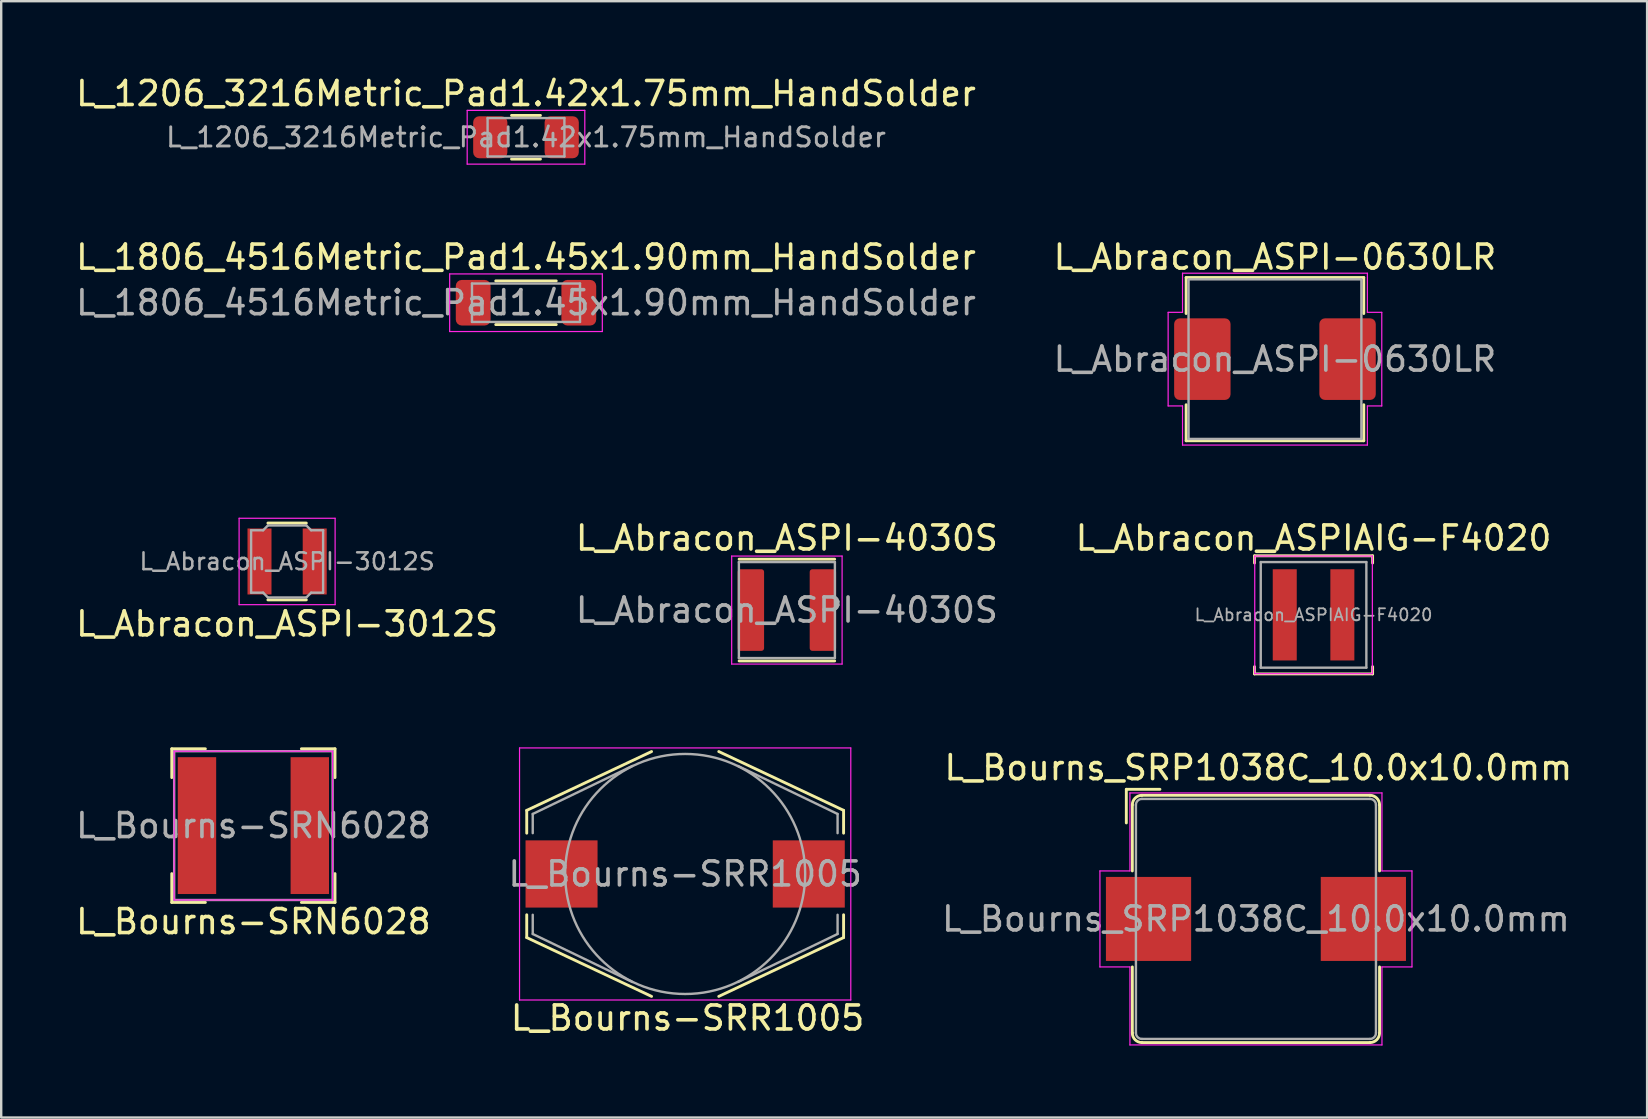
<source format=kicad_pcb>
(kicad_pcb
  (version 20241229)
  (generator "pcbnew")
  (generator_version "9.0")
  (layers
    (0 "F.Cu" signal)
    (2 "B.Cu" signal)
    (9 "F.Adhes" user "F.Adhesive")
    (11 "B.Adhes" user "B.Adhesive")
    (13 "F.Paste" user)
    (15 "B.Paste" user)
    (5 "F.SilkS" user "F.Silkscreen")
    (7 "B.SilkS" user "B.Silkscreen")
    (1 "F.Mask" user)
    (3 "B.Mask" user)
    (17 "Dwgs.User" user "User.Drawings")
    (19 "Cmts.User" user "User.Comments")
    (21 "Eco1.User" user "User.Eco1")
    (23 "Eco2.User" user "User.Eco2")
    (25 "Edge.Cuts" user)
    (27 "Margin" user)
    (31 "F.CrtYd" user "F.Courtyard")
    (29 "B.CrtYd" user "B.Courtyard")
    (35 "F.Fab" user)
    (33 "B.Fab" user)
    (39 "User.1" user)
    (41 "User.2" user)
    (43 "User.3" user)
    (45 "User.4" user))
  (footprint "L_Bourns-SRR1005"
    (layer "F.Cu")
    (at 25.494 33.36)
    (property "Reference" "L_Bourns-SRR1005" (at 0.1 6 0) (layer "F.SilkS") (effects (font (size 1 1) (thickness 0.15))))
    (attr smd)
    (fp_line (start -6.6 -2.65) (end -6.6 -1.7) (stroke (width 0.12) (type solid)) (layer "F.SilkS"))
    (fp_line (start -6.6 -2.65) (end -1.4 -5.1) (stroke (width 0.12) (type solid)) (layer "F.SilkS"))
    (fp_line (start -6.6 2.65) (end -6.6 1.7) (stroke (width 0.12) (type solid)) (layer "F.SilkS"))
    (fp_line (start -6.6 2.65) (end -1.4 5.1) (stroke (width 0.12) (type solid)) (layer "F.SilkS"))
    (fp_line (start 6.6 -2.65) (end 1.4 -5.1) (stroke (width 0.12) (type solid)) (layer "F.SilkS"))
    (fp_line (start 6.6 -2.65) (end 6.6 -1.7) (stroke (width 0.12) (type solid)) (layer "F.SilkS"))
    (fp_line (start 6.6 2.65) (end 1.4 5.1) (stroke (width 0.12) (type solid)) (layer "F.SilkS"))
    (fp_line (start 6.6 2.65) (end 6.6 1.7) (stroke (width 0.12) (type solid)) (layer "F.SilkS"))
    (fp_line (start -6.9 -5.25) (end -6.9 5.25) (stroke (width 0.05) (type solid)) (layer "F.CrtYd"))
    (fp_line (start -6.9 -5.25) (end 6.9 -5.25) (stroke (width 0.05) (type solid)) (layer "F.CrtYd"))
    (fp_line (start -6.9 5.25) (end 6.9 5.25) (stroke (width 0.05) (type solid)) (layer "F.CrtYd"))
    (fp_line (start 6.9 -5.25) (end 6.9 5.25) (stroke (width 0.05) (type solid)) (layer "F.CrtYd"))
    (fp_line (start -6.35 -2.5) (end -2.2 -4.5) (stroke (width 0.1) (type solid)) (layer "F.Fab"))
    (fp_line (start -6.35 -1.7) (end -6.35 -2.5) (stroke (width 0.1) (type solid)) (layer "F.Fab"))
    (fp_line (start -6.35 2.5) (end -6.35 1.7) (stroke (width 0.1) (type solid)) (layer "F.Fab"))
    (fp_line (start -6.35 2.5) (end -2.2 4.5) (stroke (width 0.1) (type solid)) (layer "F.Fab"))
    (fp_line (start 6.35 -2.5) (end 2.2 -4.5) (stroke (width 0.1) (type solid)) (layer "F.Fab"))
    (fp_line (start 6.35 -1.7) (end 6.35 -2.5) (stroke (width 0.1) (type solid)) (layer "F.Fab"))
    (fp_line (start 6.35 2.5) (end 2.2 4.5) (stroke (width 0.1) (type solid)) (layer "F.Fab"))
    (fp_line (start 6.35 2.5) (end 6.35 1.7) (stroke (width 0.1) (type solid)) (layer "F.Fab"))
    (fp_circle (center 0 0) (end 0 -5) (stroke (width 0.1) (type solid)) (fill no) (layer "F.Fab"))
    (fp_text user "${REFERENCE}" (at 0 0 0) (layer "F.Fab") (effects (font (size 1 1) (thickness 0.15))))
    (pad "1" smd rect (at -5.15 0) (size 3 2.8) (layers "F.Cu" "F.Mask" "F.Paste"))
    (pad "2" smd rect (at 5.15 0) (size 3 2.8) (layers "F.Cu" "F.Mask" "F.Paste")))
  (footprint "L_Bourns_SRP1038C_10.0x10.0mm"
    (layer "F.Cu")
    (at 49.273 35.233)
    (property "Reference" "L_Bourns_SRP1038C_10.0x10.0mm" (at 0.1 -6.3 0) (layer "F.SilkS") (effects (font (size 1 1) (thickness 0.15))))
    (attr smd)
    (fp_line (start -5.4 -5.4) (end -5.4 -4) (stroke (width 0.12) (type solid)) (layer "F.SilkS"))
    (fp_line (start -5.4 -5.4) (end -4 -5.4) (stroke (width 0.12) (type solid)) (layer "F.SilkS"))
    (fp_line (start -5.15 -4.75) (end -5.15 -2) (stroke (width 0.12) (type solid)) (layer "F.SilkS"))
    (fp_line (start -5.15 2) (end -5.15 4.75) (stroke (width 0.12) (type solid)) (layer "F.SilkS"))
    (fp_line (start -4.75 -5.15) (end 4.75 -5.15) (stroke (width 0.12) (type solid)) (layer "F.SilkS"))
    (fp_line (start 4.75 5.15) (end -4.75 5.15) (stroke (width 0.12) (type solid)) (layer "F.SilkS"))
    (fp_line (start 5.15 -4.75) (end 5.15 -2) (stroke (width 0.12) (type solid)) (layer "F.SilkS"))
    (fp_line (start 5.15 2) (end 5.15 4.75) (stroke (width 0.12) (type solid)) (layer "F.SilkS"))
    (fp_arc (start -5.15 -4.75) (mid -5.032843 -5.032843) (end -4.75 -5.15) (stroke (width 0.12) (type solid)) (layer "F.SilkS"))
    (fp_arc (start -4.75 5.15) (mid -5.032843 5.032843) (end -5.15 4.75) (stroke (width 0.12) (type solid)) (layer "F.SilkS"))
    (fp_arc (start 4.75 -5.15) (mid 5.032843 -5.032843) (end 5.15 -4.75) (stroke (width 0.12) (type solid)) (layer "F.SilkS"))
    (fp_arc (start 5.15 4.75) (mid 5.032843 5.032843) (end 4.75 5.15) (stroke (width 0.12) (type solid)) (layer "F.SilkS"))
    (fp_line (start -6.5 -2) (end -6.5 2) (stroke (width 0.05) (type solid)) (layer "F.CrtYd"))
    (fp_line (start -6.5 -2) (end -5.25 -2) (stroke (width 0.05) (type solid)) (layer "F.CrtYd"))
    (fp_line (start -5.25 -5.25) (end -5.25 -2) (stroke (width 0.05) (type solid)) (layer "F.CrtYd"))
    (fp_line (start -5.25 -5.25) (end 5.25 -5.25) (stroke (width 0.05) (type solid)) (layer "F.CrtYd"))
    (fp_line (start -5.25 2) (end -6.5 2) (stroke (width 0.05) (type solid)) (layer "F.CrtYd"))
    (fp_line (start -5.25 5.25) (end -5.25 2) (stroke (width 0.05) (type solid)) (layer "F.CrtYd"))
    (fp_line (start 5.25 -5.25) (end 5.25 -2) (stroke (width 0.05) (type solid)) (layer "F.CrtYd"))
    (fp_line (start 5.25 2) (end 5.25 5.25) (stroke (width 0.05) (type solid)) (layer "F.CrtYd"))
    (fp_line (start 5.25 5.25) (end -5.25 5.25) (stroke (width 0.05) (type solid)) (layer "F.CrtYd"))
    (fp_line (start 6.5 -2) (end 5.25 -2) (stroke (width 0.05) (type solid)) (layer "F.CrtYd"))
    (fp_line (start 6.5 -2) (end 6.5 2) (stroke (width 0.05) (type solid)) (layer "F.CrtYd"))
    (fp_line (start 6.5 2) (end 5.25 2) (stroke (width 0.05) (type solid)) (layer "F.CrtYd"))
    (fp_line (start -5 -4.75) (end -5 4.75) (stroke (width 0.1) (type solid)) (layer "F.Fab"))
    (fp_line (start -4.75 -5) (end 4.75 -5) (stroke (width 0.1) (type solid)) (layer "F.Fab"))
    (fp_line (start 4.75 5) (end -4.75 5) (stroke (width 0.1) (type solid)) (layer "F.Fab"))
    (fp_line (start 5 -4.75) (end 5 4.75) (stroke (width 0.1) (type solid)) (layer "F.Fab"))
    (fp_arc (start -5 -4.75) (mid -4.926777 -4.926777) (end -4.75 -5) (stroke (width 0.1) (type solid)) (layer "F.Fab"))
    (fp_arc (start -4.75 5) (mid -4.926777 4.926777) (end -5 4.75) (stroke (width 0.1) (type solid)) (layer "F.Fab"))
    (fp_arc (start 4.75 -5) (mid 4.926777 -4.926777) (end 5 -4.75) (stroke (width 0.1) (type solid)) (layer "F.Fab"))
    (fp_arc (start 5 4.75) (mid 4.926777 4.926777) (end 4.75 5) (stroke (width 0.1) (type solid)) (layer "F.Fab"))
    (fp_text user "${REFERENCE}" (at 0 0 0) (layer "F.Fab") (effects (font (size 1 1) (thickness 0.15))))
    (pad "1" smd rect (at -4.475 0) (size 3.55 3.5) (layers "F.Cu" "F.Mask" "F.Paste"))
    (pad "2" smd rect (at 4.475 0) (size 3.55 3.5) (layers "F.Cu" "F.Mask" "F.Paste")))
  (footprint "L_Bourns-SRN6028"
    (layer "F.Cu")
    (at 7.506 31.345)
    (property "Reference" "L_Bourns-SRN6028" (at 0 4 0) (layer "F.SilkS") (effects (font (size 1 1) (thickness 0.15))))
    (attr smd)
    (fp_line (start -3.4 -3.2) (end -3.4 -2) (stroke (width 0.12) (type solid)) (layer "F.SilkS"))
    (fp_line (start -3.4 -3.2) (end -2 -3.2) (stroke (width 0.12) (type solid)) (layer "F.SilkS"))
    (fp_line (start -3.4 3.2) (end -3.4 2) (stroke (width 0.12) (type solid)) (layer "F.SilkS"))
    (fp_line (start -3.4 3.2) (end -2 3.2) (stroke (width 0.12) (type solid)) (layer "F.SilkS"))
    (fp_line (start 3.4 -3.2) (end 2 -3.2) (stroke (width 0.12) (type solid)) (layer "F.SilkS"))
    (fp_line (start 3.4 -3.2) (end 3.4 -2) (stroke (width 0.12) (type solid)) (layer "F.SilkS"))
    (fp_line (start 3.4 3.2) (end 2 3.2) (stroke (width 0.12) (type solid)) (layer "F.SilkS"))
    (fp_line (start 3.4 3.2) (end 3.4 2) (stroke (width 0.12) (type solid)) (layer "F.SilkS"))
    (fp_line (start -3.3 -3.1) (end -3.3 3.1) (stroke (width 0.05) (type solid)) (layer "F.CrtYd"))
    (fp_line (start -3.3 -3.1) (end 3.3 -3.1) (stroke (width 0.05) (type solid)) (layer "F.CrtYd"))
    (fp_line (start 3.3 -3.1) (end 3.3 3.1) (stroke (width 0.05) (type solid)) (layer "F.CrtYd"))
    (fp_line (start 3.3 3.1) (end -3.3 3.1) (stroke (width 0.05) (type solid)) (layer "F.CrtYd"))
    (fp_line (start -3.3 -3.1) (end -3.3 3.1) (stroke (width 0.1) (type solid)) (layer "F.Fab"))
    (fp_line (start -3.3 -3.1) (end 3.3 -3.1) (stroke (width 0.1) (type solid)) (layer "F.Fab"))
    (fp_line (start 3.3 -3.1) (end 3.3 3.1) (stroke (width 0.1) (type solid)) (layer "F.Fab"))
    (fp_line (start 3.3 3.1) (end -3.3 3.1) (stroke (width 0.1) (type solid)) (layer "F.Fab"))
    (fp_text user "${REFERENCE}" (at 0 0 0) (layer "F.Fab") (effects (font (size 1 1) (thickness 0.15))))
    (pad "1" smd rect (at -2.35 0) (size 1.6 5.7) (layers "F.Cu" "F.Mask" "F.Paste"))
    (pad "2" smd rect (at 2.35 0) (size 1.6 5.7) (layers "F.Cu" "F.Mask" "F.Paste")))
  (footprint "L_Abracon_ASPI-4030S"
    (layer "F.Cu")
    (at 29.732 22.365)
    (property "Reference" "L_Abracon_ASPI-4030S" (at 0 -3 0) (layer "F.SilkS") (effects (font (size 1 1) (thickness 0.15))))
    (attr smd)
    (fp_line (start -1.99 -2.12) (end 1.99 -2.12) (stroke (width 0.12) (type solid)) (layer "F.SilkS"))
    (fp_line (start -1.99 2.12) (end 1.99 2.12) (stroke (width 0.12) (type solid)) (layer "F.SilkS"))
    (fp_line (start -2.3 -2.25) (end -2.3 2.25) (stroke (width 0.05) (type solid)) (layer "F.CrtYd"))
    (fp_line (start -2.3 2.25) (end 2.3 2.25) (stroke (width 0.05) (type solid)) (layer "F.CrtYd"))
    (fp_line (start 2.3 -2.25) (end -2.3 -2.25) (stroke (width 0.05) (type solid)) (layer "F.CrtYd"))
    (fp_line (start 2.3 2.25) (end 2.3 -2.25) (stroke (width 0.05) (type solid)) (layer "F.CrtYd"))
    (fp_line (start -2 -2) (end 2 -2) (stroke (width 0.1) (type solid)) (layer "F.Fab"))
    (fp_line (start -2 2) (end -2 -2) (stroke (width 0.1) (type solid)) (layer "F.Fab"))
    (fp_line (start 2 -2) (end 2 2) (stroke (width 0.1) (type solid)) (layer "F.Fab"))
    (fp_line (start 2 2) (end -2 2) (stroke (width 0.1) (type solid)) (layer "F.Fab"))
    (fp_text user "${REFERENCE}" (at 0 0 0) (layer "F.Fab") (effects (font (size 1 1) (thickness 0.15))))
    (pad "1" smd roundrect (at -1.5 0) (size 1.1 3.4) (layers "F.Cu" "F.Mask" "F.Paste") (roundrect_rratio 0.1))
    (pad "2" smd roundrect (at 1.5 0) (size 1.1 3.4) (layers "F.Cu" "F.Mask" "F.Paste") (roundrect_rratio 0.1)))
  (footprint "L_1806_4516Metric_Pad1.45x1.90mm_HandSolder"
    (layer "F.Cu")
    (at 18.863 9.562)
    (property "Reference" "L_1806_4516Metric_Pad1.45x1.90mm_HandSolder" (at 0 -1.9 0) (layer "F.SilkS") (effects (font (size 1 1) (thickness 0.15))))
    (attr smd)
    (fp_line (start -1.26 -0.91) (end 1.26 -0.91) (stroke (width 0.12) (type solid)) (layer "F.SilkS"))
    (fp_line (start -1.26 0.91) (end 1.26 0.91) (stroke (width 0.12) (type solid)) (layer "F.SilkS"))
    (fp_line (start -3.18 -1.2) (end 3.18 -1.2) (stroke (width 0.05) (type solid)) (layer "F.CrtYd"))
    (fp_line (start -3.18 1.2) (end -3.18 -1.2) (stroke (width 0.05) (type solid)) (layer "F.CrtYd"))
    (fp_line (start 3.18 -1.2) (end 3.18 1.2) (stroke (width 0.05) (type solid)) (layer "F.CrtYd"))
    (fp_line (start 3.18 1.2) (end -3.18 1.2) (stroke (width 0.05) (type solid)) (layer "F.CrtYd"))
    (fp_line (start -2.25 -0.8) (end 2.25 -0.8) (stroke (width 0.1) (type solid)) (layer "F.Fab"))
    (fp_line (start -2.25 0.8) (end -2.25 -0.8) (stroke (width 0.1) (type solid)) (layer "F.Fab"))
    (fp_line (start 2.25 -0.8) (end 2.25 0.8) (stroke (width 0.1) (type solid)) (layer "F.Fab"))
    (fp_line (start 2.25 0.8) (end -2.25 0.8) (stroke (width 0.1) (type solid)) (layer "F.Fab"))
    (fp_text user "${REFERENCE}" (at 0 0 0) (layer "F.Fab") (effects (font (size 1 1) (thickness 0.15))))
    (pad "1" smd roundrect (at -2.2 0) (size 1.45 1.9) (layers "F.Cu" "F.Mask" "F.Paste") (roundrect_rratio 0.172))
    (pad "2" smd roundrect (at 2.2 0) (size 1.45 1.9) (layers "F.Cu" "F.Mask" "F.Paste") (roundrect_rratio 0.172)))
  (footprint "L_Abracon_ASPI-0630LR"
    (layer "F.Cu")
    (at 50.065 11.912)
    (property "Reference" "L_Abracon_ASPI-0630LR" (at 0 -4.25 0) (layer "F.SilkS") (effects (font (size 1 1) (thickness 0.15))))
    (attr smd)
    (fp_line (start -3.7 -3.4) (end -3.7 -1.9) (stroke (width 0.12) (type solid)) (layer "F.SilkS"))
    (fp_line (start -3.7 3.4) (end -3.7 1.9) (stroke (width 0.12) (type solid)) (layer "F.SilkS"))
    (fp_line (start -3.7 3.4) (end 3.7 3.4) (stroke (width 0.12) (type solid)) (layer "F.SilkS"))
    (fp_line (start 3.7 -3.4) (end -3.7 -3.4) (stroke (width 0.12) (type solid)) (layer "F.SilkS"))
    (fp_line (start 3.7 -3.4) (end 3.7 -1.9) (stroke (width 0.12) (type solid)) (layer "F.SilkS"))
    (fp_line (start 3.7 3.4) (end 3.7 1.9) (stroke (width 0.12) (type solid)) (layer "F.SilkS"))
    (fp_line (start -4.45 -1.95) (end -4.45 1.95) (stroke (width 0.05) (type solid)) (layer "F.CrtYd"))
    (fp_line (start -4.45 1.95) (end -3.85 1.95) (stroke (width 0.05) (type solid)) (layer "F.CrtYd"))
    (fp_line (start -3.85 -3.58) (end -3.85 -1.95) (stroke (width 0.05) (type solid)) (layer "F.CrtYd"))
    (fp_line (start -3.85 -1.95) (end -4.45 -1.95) (stroke (width 0.05) (type solid)) (layer "F.CrtYd"))
    (fp_line (start -3.85 1.95) (end -3.85 3.58) (stroke (width 0.05) (type solid)) (layer "F.CrtYd"))
    (fp_line (start -3.85 3.58) (end 3.85 3.58) (stroke (width 0.05) (type solid)) (layer "F.CrtYd"))
    (fp_line (start 3.85 -3.58) (end -3.85 -3.58) (stroke (width 0.05) (type solid)) (layer "F.CrtYd"))
    (fp_line (start 3.85 -1.95) (end 3.85 -3.58) (stroke (width 0.05) (type solid)) (layer "F.CrtYd"))
    (fp_line (start 3.85 1.95) (end 4.45 1.95) (stroke (width 0.05) (type solid)) (layer "F.CrtYd"))
    (fp_line (start 3.85 3.58) (end 3.85 1.95) (stroke (width 0.05) (type solid)) (layer "F.CrtYd"))
    (fp_line (start 4.45 -1.95) (end 3.85 -1.95) (stroke (width 0.05) (type solid)) (layer "F.CrtYd"))
    (fp_line (start 4.45 1.95) (end 4.45 -1.95) (stroke (width 0.05) (type solid)) (layer "F.CrtYd"))
    (fp_line (start -3.6 -3.325) (end 3.6 -3.325) (stroke (width 0.1) (type solid)) (layer "F.Fab"))
    (fp_line (start -3.6 3.325) (end -3.6 -3.325) (stroke (width 0.1) (type solid)) (layer "F.Fab"))
    (fp_line (start 3.6 -3.325) (end 3.6 3.325) (stroke (width 0.1) (type solid)) (layer "F.Fab"))
    (fp_line (start 3.6 3.325) (end -3.6 3.325) (stroke (width 0.1) (type solid)) (layer "F.Fab"))
    (fp_text user "${REFERENCE}" (at 0 0 0) (layer "F.Fab") (effects (font (size 1 1) (thickness 0.15))))
    (pad "1" smd roundrect (at -3.025 0) (size 2.35 3.4) (layers "F.Cu" "F.Mask" "F.Paste") (roundrect_rratio 0.1))
    (pad "2" smd roundrect (at 3.025 0) (size 2.35 3.4) (layers "F.Cu" "F.Mask" "F.Paste") (roundrect_rratio 0.1)))
  (footprint "L_Abracon_ASPI-3012S"
    (layer "F.Cu")
    (at 8.911 20.341)
    (property "Reference" "L_Abracon_ASPI-3012S" (at 0 2.6 0) (layer "F.SilkS") (effects (font (size 1 1) (thickness 0.15))))
    (attr smd)
    (fp_line (start -0.8 -1.6) (end 0.8 -1.6) (stroke (width 0.12) (type solid)) (layer "F.SilkS"))
    (fp_line (start -0.8 1.6) (end 0.8 1.6) (stroke (width 0.12) (type solid)) (layer "F.SilkS"))
    (fp_line (start -2 -1.8) (end -2 1.8) (stroke (width 0.05) (type solid)) (layer "F.CrtYd"))
    (fp_line (start -2 1.8) (end 2 1.8) (stroke (width 0.05) (type solid)) (layer "F.CrtYd"))
    (fp_line (start 2 -1.8) (end -2 -1.8) (stroke (width 0.05) (type solid)) (layer "F.CrtYd"))
    (fp_line (start 2 1.8) (end 2 -1.8) (stroke (width 0.05) (type solid)) (layer "F.CrtYd"))
    (fp_line (start -1.5 -1.3) (end -1.5 1.3) (stroke (width 0.1) (type solid)) (layer "F.Fab"))
    (fp_line (start -1.5 1.3) (end -1 1.3) (stroke (width 0.1) (type solid)) (layer "F.Fab"))
    (fp_line (start -1 -1.3) (end -1.5 -1.3) (stroke (width 0.1) (type solid)) (layer "F.Fab"))
    (fp_line (start -1 1.3) (end -0.8 1.5) (stroke (width 0.1) (type solid)) (layer "F.Fab"))
    (fp_line (start -0.8 -1.5) (end -1 -1.3) (stroke (width 0.1) (type solid)) (layer "F.Fab"))
    (fp_line (start -0.8 1.5) (end 0.8 1.5) (stroke (width 0.1) (type solid)) (layer "F.Fab"))
    (fp_line (start 0.8 -1.5) (end -0.8 -1.5) (stroke (width 0.1) (type solid)) (layer "F.Fab"))
    (fp_line (start 0.8 1.5) (end 1 1.3) (stroke (width 0.1) (type solid)) (layer "F.Fab"))
    (fp_line (start 1 -1.3) (end 0.8 -1.5) (stroke (width 0.1) (type solid)) (layer "F.Fab"))
    (fp_line (start 1 1.3) (end 1.5 1.3) (stroke (width 0.1) (type solid)) (layer "F.Fab"))
    (fp_line (start 1.5 -1.3) (end 1 -1.3) (stroke (width 0.1) (type solid)) (layer "F.Fab"))
    (fp_line (start 1.5 1.3) (end 1.5 -1.3) (stroke (width 0.1) (type solid)) (layer "F.Fab"))
    (fp_text user "${REFERENCE}" (at 0 0 0) (layer "F.Fab") (effects (font (size 0.7 0.7) (thickness 0.105))))
    (pad "1" smd rect (at -1.15 0) (size 1 2.75) (layers "F.Cu" "F.Mask" "F.Paste"))
    (pad "2" smd rect (at 1.15 0) (size 1 2.75) (layers "F.Cu" "F.Mask" "F.Paste")))
  (footprint "L_Abracon_ASPIAIG-F4020"
    (layer "F.Cu")
    (at 51.673 22.565)
    (property "Reference" "L_Abracon_ASPIAIG-F4020" (at 0 -3.2 0) (layer "F.SilkS") (effects (font (size 1 1) (thickness 0.15))))
    (attr smd)
    (fp_line (start -2.46 -2.46) (end -2.46 -2.16) (stroke (width 0.12) (type solid)) (layer "F.SilkS"))
    (fp_line (start -2.46 -2.46) (end 2.46 -2.46) (stroke (width 0.12) (type solid)) (layer "F.SilkS"))
    (fp_line (start -2.46 2.46) (end -2.46 2.16) (stroke (width 0.12) (type solid)) (layer "F.SilkS"))
    (fp_line (start -2.46 2.46) (end 2.46 2.46) (stroke (width 0.12) (type solid)) (layer "F.SilkS"))
    (fp_line (start 2.46 -2.46) (end 2.46 -2.16) (stroke (width 0.12) (type solid)) (layer "F.SilkS"))
    (fp_line (start 2.46 2.46) (end 2.46 2.16) (stroke (width 0.12) (type solid)) (layer "F.SilkS"))
    (fp_line (start -2.45 -2.45) (end -2.45 2.45) (stroke (width 0.05) (type solid)) (layer "F.CrtYd"))
    (fp_line (start -2.45 2.45) (end 2.45 2.45) (stroke (width 0.05) (type solid)) (layer "F.CrtYd"))
    (fp_line (start 2.45 -2.45) (end -2.45 -2.45) (stroke (width 0.05) (type solid)) (layer "F.CrtYd"))
    (fp_line (start 2.45 2.45) (end 2.45 -2.45) (stroke (width 0.05) (type solid)) (layer "F.CrtYd"))
    (fp_line (start -2.2 -2.2) (end -2.2 2.2) (stroke (width 0.1) (type solid)) (layer "F.Fab"))
    (fp_line (start -2.2 2.2) (end 2.2 2.2) (stroke (width 0.1) (type solid)) (layer "F.Fab"))
    (fp_line (start 2.2 -2.2) (end -2.2 -2.2) (stroke (width 0.1) (type solid)) (layer "F.Fab"))
    (fp_line (start 2.2 2.2) (end 2.2 -2.2) (stroke (width 0.1) (type solid)) (layer "F.Fab"))
    (fp_text user "${REFERENCE}" (at 0 0 0) (layer "F.Fab") (effects (font (size 0.5 0.5) (thickness 0.075))))
    (pad "1" smd rect (at -1.2 0) (size 1 3.8) (layers "F.Cu" "F.Mask" "F.Paste"))
    (pad "2" smd rect (at 1.2 0) (size 1 3.8) (layers "F.Cu" "F.Mask" "F.Paste")))
  (footprint "L_1206_3216Metric_Pad1.42x1.75mm_HandSolder"
    (layer "F.Cu")
    (at 18.863 2.668)
    (property "Reference" "L_1206_3216Metric_Pad1.42x1.75mm_HandSolder" (at 0 -1.82 0) (layer "F.SilkS") (effects (font (size 1 1) (thickness 0.15))))
    (attr smd)
    (fp_line (start -0.602 -0.91) (end 0.602 -0.91) (stroke (width 0.12) (type solid)) (layer "F.SilkS"))
    (fp_line (start -0.602 0.91) (end 0.602 0.91) (stroke (width 0.12) (type solid)) (layer "F.SilkS"))
    (fp_line (start -2.45 -1.12) (end 2.45 -1.12) (stroke (width 0.05) (type solid)) (layer "F.CrtYd"))
    (fp_line (start -2.45 1.12) (end -2.45 -1.12) (stroke (width 0.05) (type solid)) (layer "F.CrtYd"))
    (fp_line (start 2.45 -1.12) (end 2.45 1.12) (stroke (width 0.05) (type solid)) (layer "F.CrtYd"))
    (fp_line (start 2.45 1.12) (end -2.45 1.12) (stroke (width 0.05) (type solid)) (layer "F.CrtYd"))
    (fp_line (start -1.6 -0.8) (end 1.6 -0.8) (stroke (width 0.1) (type solid)) (layer "F.Fab"))
    (fp_line (start -1.6 0.8) (end -1.6 -0.8) (stroke (width 0.1) (type solid)) (layer "F.Fab"))
    (fp_line (start 1.6 -0.8) (end 1.6 0.8) (stroke (width 0.1) (type solid)) (layer "F.Fab"))
    (fp_line (start 1.6 0.8) (end -1.6 0.8) (stroke (width 0.1) (type solid)) (layer "F.Fab"))
    (fp_text user "${REFERENCE}" (at 0 0 0) (layer "F.Fab") (effects (font (size 0.8 0.8) (thickness 0.12))))
    (pad "1" smd roundrect (at -1.488 0) (size 1.425 1.75) (layers "F.Cu" "F.Mask" "F.Paste") (roundrect_rratio 0.175))
    (pad "2" smd roundrect (at 1.488 0) (size 1.425 1.75) (layers "F.Cu" "F.Mask" "F.Paste") (roundrect_rratio 0.175)))
  (gr_rect
    (start -3 -3)
    (end 65.569 43.508)
    (stroke (width 0.1) (type default))
    (fill no)
    (layer "Edge.Cuts")))
</source>
